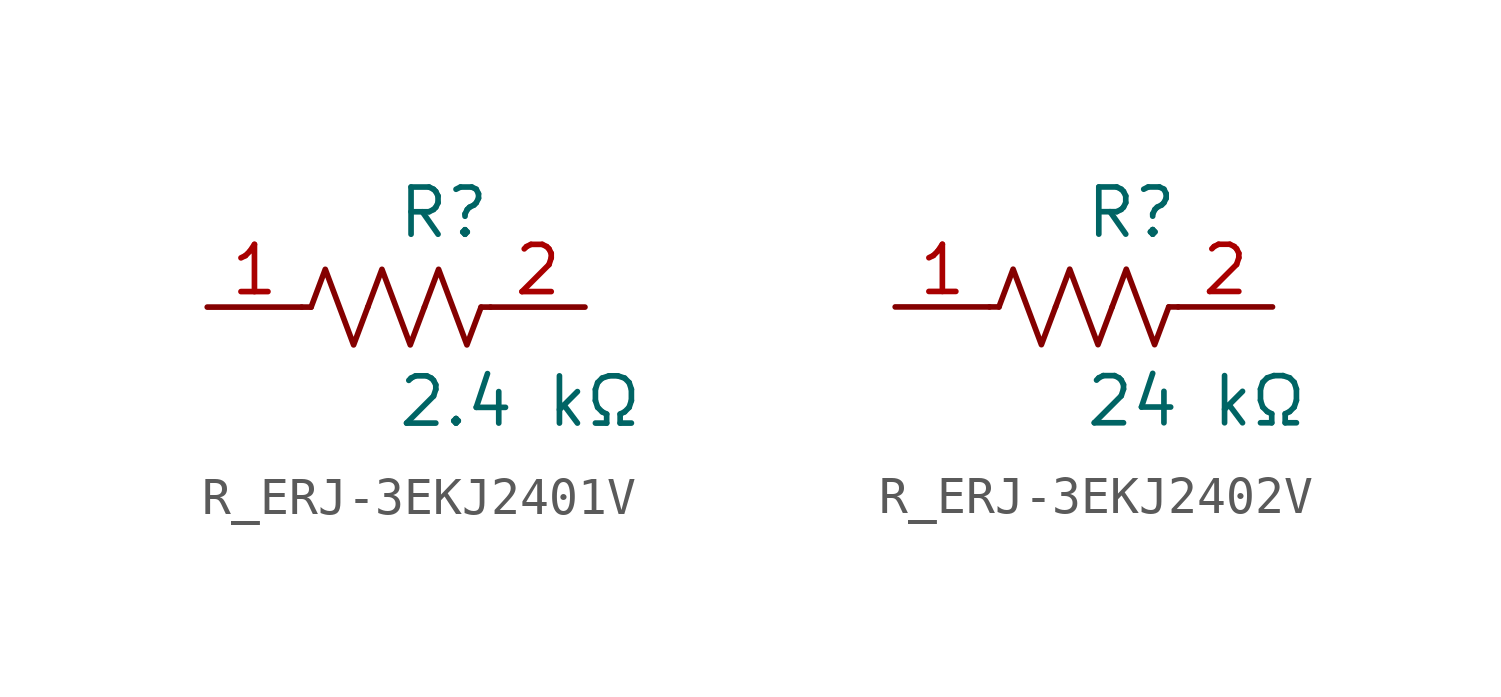
<source format=kicad_sym>
(kicad_symbol_lib
  (version 20231120)
  (generator "kicad_symbol_editor")
  (generator_version "8.0")
  (symbol "R_ERJ-3EKJ2401V"
    (pin_names
      (offset 0.254))
    (property "Reference" "R"
      (at 0 2.54 0)
      (effects (font (size 1.27 1.27)) (justify left)))
    (property "Value" "2.4 kΩ"
      (at 0 -2.54 0)
      (effects (font (size 1.27 1.27)) (justify left)))
    (symbol "R_ERJ-3EKJ2401V_0_1"
      (polyline (pts (xy 2.286 0) (xy 2.54 0)) (stroke (width 0) (type default)) (fill (type none)))
      (polyline (pts (xy -2.286 0) (xy -2.54 0)) (stroke (width 0) (type default)) (fill (type none)))
      (polyline (pts (xy 0.762 0) (xy 1.143 1.016) (xy 1.524 0) (xy 1.905 -1.016) (xy 2.286 0)) (stroke (width 0) (type default)) (fill (type none)))
      (polyline (pts (xy -0.762 0) (xy -0.381 1.016) (xy 0 0) (xy 0.381 -1.016) (xy 0.762 0)) (stroke (width 0) (type default)) (fill (type none)))
      (polyline (pts (xy -2.286 0) (xy -1.905 1.016) (xy -1.524 0) (xy -1.143 -1.016) (xy -0.762 0)) (stroke (width 0) (type default)) (fill (type none))))
    (pin unspecified line
      (at -5.08 0 0)
      (length 2.54)
      (name "" (effects (font (size 1.27 1.27))))
      (number "1" (effects (font (size 1.27 1.27)))))
    (pin unspecified line
      (at 5.08 0 180)
      (length 2.54)
      (name "" (effects (font (size 1.27 1.27))))
      (number "2" (effects (font (size 1.27 1.27))))))
  (symbol "R_ERJ-3EKJ2402V"
    (pin_names
      (offset 0.254))
    (property "Reference" "R"
      (at 0 2.54 0)
      (effects (font (size 1.27 1.27)) (justify left)))
    (property "Value" "24 kΩ"
      (at 0 -2.54 0)
      (effects (font (size 1.27 1.27)) (justify left)))
    (symbol "R_ERJ-3EKJ2402V_0_1"
      (polyline (pts (xy 2.286 0) (xy 2.54 0)) (stroke (width 0) (type default)) (fill (type none)))
      (polyline (pts (xy -2.286 0) (xy -2.54 0)) (stroke (width 0) (type default)) (fill (type none)))
      (polyline (pts (xy 0.762 0) (xy 1.143 1.016) (xy 1.524 0) (xy 1.905 -1.016) (xy 2.286 0)) (stroke (width 0) (type default)) (fill (type none)))
      (polyline (pts (xy -0.762 0) (xy -0.381 1.016) (xy 0 0) (xy 0.381 -1.016) (xy 0.762 0)) (stroke (width 0) (type default)) (fill (type none)))
      (polyline (pts (xy -2.286 0) (xy -1.905 1.016) (xy -1.524 0) (xy -1.143 -1.016) (xy -0.762 0)) (stroke (width 0) (type default)) (fill (type none))))
    (pin unspecified line
      (at -5.08 0 0)
      (length 2.54)
      (name "" (effects (font (size 1.27 1.27))))
      (number "1" (effects (font (size 1.27 1.27)))))
    (pin unspecified line
      (at 5.08 0 180)
      (length 2.54)
      (name "" (effects (font (size 1.27 1.27))))
      (number "2" (effects (font (size 1.27 1.27)))))))
</source>
